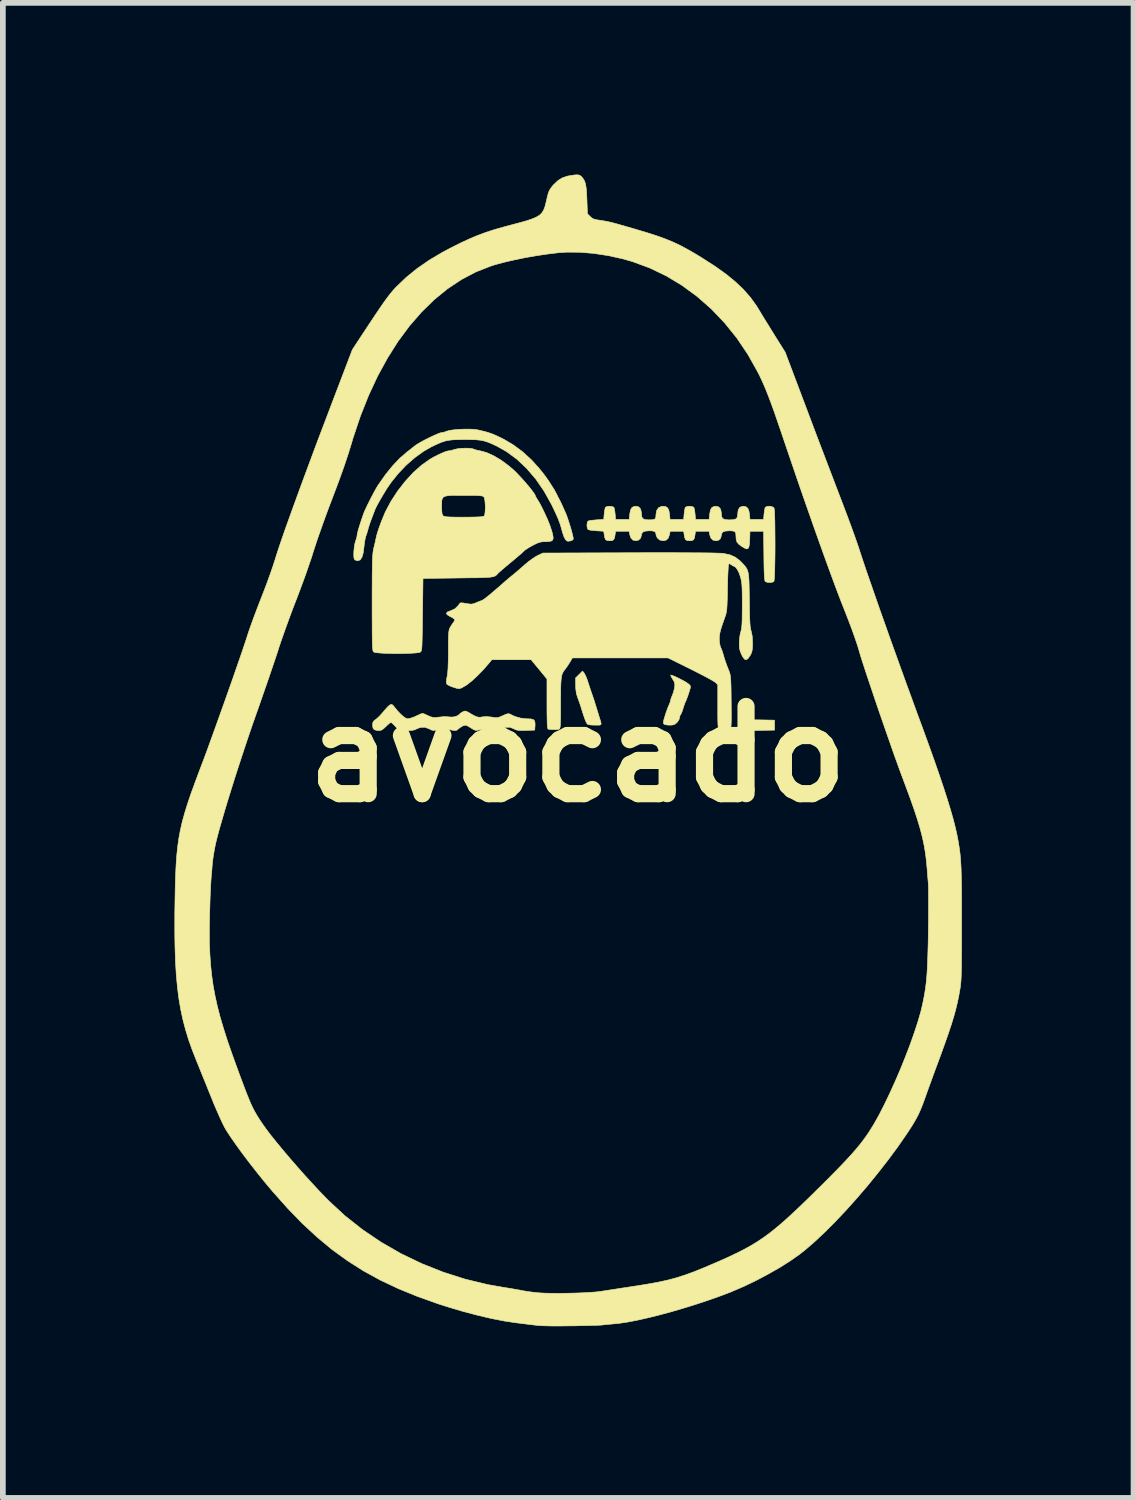
<source format=kicad_pcb>
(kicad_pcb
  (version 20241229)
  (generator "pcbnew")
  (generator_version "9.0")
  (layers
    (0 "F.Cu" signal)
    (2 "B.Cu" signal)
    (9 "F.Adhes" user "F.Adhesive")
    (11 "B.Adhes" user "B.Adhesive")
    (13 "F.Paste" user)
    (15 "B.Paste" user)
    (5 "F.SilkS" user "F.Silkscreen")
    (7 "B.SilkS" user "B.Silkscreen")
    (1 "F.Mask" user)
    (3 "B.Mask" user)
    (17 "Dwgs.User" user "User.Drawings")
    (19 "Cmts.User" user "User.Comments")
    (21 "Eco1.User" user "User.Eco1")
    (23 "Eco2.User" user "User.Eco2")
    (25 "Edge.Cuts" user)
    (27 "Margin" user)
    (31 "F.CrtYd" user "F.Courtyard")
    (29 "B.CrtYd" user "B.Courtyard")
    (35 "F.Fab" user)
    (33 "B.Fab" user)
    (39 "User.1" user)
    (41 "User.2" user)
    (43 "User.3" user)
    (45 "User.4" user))
  (footprint "avocado"
    (layer "F.Cu")
    (at 7.05 10.132)
    (property "Reference" "avocado" (at 0 0 0) (layer "F.SilkS") (effects (font (size 1.524 1.524) (thickness 0.3))))
    (attr through_hole)
    (fp_poly (pts (xy 3.158 -0.6) (xy 3.175 -0.6) (xy 3.437 -0.595) (xy 3.437 -0.421) (xy 3.172 -0.416) (xy 3.074 -0.415) (xy 3.003 -0.415) (xy 2.955 -0.416) (xy 2.924 -0.42) (xy 2.905 -0.426) (xy 2.895 -0.435) (xy 2.89 -0.443) (xy 2.875 -0.498) (xy 2.881 -0.553) (xy 2.893 -0.577) (xy 2.904 -0.587) (xy 2.921 -0.594) (xy 2.951 -0.599) (xy 2.997 -0.601) (xy 3.064 -0.601) (xy 3.158 -0.6)) (stroke (width 0.01) (type solid)) (fill yes) (layer "F.SilkS"))
    (fp_poly (pts (xy 0.109 -1.419) (xy 0.128 -1.386) (xy 0.151 -1.335) (xy 0.166 -1.292) (xy 0.188 -1.225) (xy 0.211 -1.154) (xy 0.223 -1.119) (xy 0.245 -1.054) (xy 0.263 -1.002) (xy 0.279 -0.956) (xy 0.294 -0.908) (xy 0.311 -0.854) (xy 0.332 -0.785) (xy 0.36 -0.695) (xy 0.373 -0.651) (xy 0.395 -0.583) (xy 0.406 -0.541) (xy 0.403 -0.518) (xy 0.385 -0.509) (xy 0.347 -0.508) (xy 0.297 -0.508) (xy 0.224 -0.511) (xy 0.179 -0.519) (xy 0.164 -0.528) (xy 0.146 -0.558) (xy 0.127 -0.602) (xy 0.104 -0.667) (xy 0.075 -0.756) (xy 0.071 -0.77) (xy 0.048 -0.844) (xy 0.023 -0.918) (xy 0.001 -0.978) (xy -0.005 -0.992) (xy -0.026 -1.062) (xy -0.037 -1.145) (xy -0.039 -1.202) (xy -0.04 -1.333) (xy 0.021 -1.393) (xy 0.081 -1.453) (xy 0.109 -1.419)) (stroke (width 0.01) (type solid)) (fill yes) (layer "F.SilkS"))
    (fp_poly (pts (xy 1.638 -1.381) (xy 1.673 -1.368) (xy 1.723 -1.346) (xy 1.78 -1.318) (xy 1.838 -1.288) (xy 1.889 -1.259) (xy 1.927 -1.233) (xy 1.93 -1.231) (xy 1.959 -1.205) (xy 1.968 -1.181) (xy 1.962 -1.146) (xy 1.958 -1.133) (xy 1.937 -1.065) (xy 1.914 -0.999) (xy 1.892 -0.942) (xy 1.876 -0.906) (xy 1.875 -0.905) (xy 1.864 -0.877) (xy 1.848 -0.83) (xy 1.836 -0.79) (xy 1.819 -0.74) (xy 1.803 -0.704) (xy 1.794 -0.69) (xy 1.782 -0.669) (xy 1.778 -0.641) (xy 1.766 -0.602) (xy 1.736 -0.559) (xy 1.732 -0.554) (xy 1.695 -0.524) (xy 1.656 -0.511) (xy 1.609 -0.508) (xy 1.558 -0.511) (xy 1.52 -0.519) (xy 1.509 -0.523) (xy 1.496 -0.538) (xy 1.495 -0.565) (xy 1.504 -0.606) (xy 1.533 -0.703) (xy 1.569 -0.805) (xy 1.596 -0.868) (xy 1.612 -0.908) (xy 1.62 -0.938) (xy 1.62 -0.939) (xy 1.626 -0.966) (xy 1.642 -1.008) (xy 1.651 -1.029) (xy 1.673 -1.09) (xy 1.689 -1.157) (xy 1.692 -1.172) (xy 1.695 -1.224) (xy 1.685 -1.264) (xy 1.66 -1.307) (xy 1.636 -1.346) (xy 1.623 -1.375) (xy 1.622 -1.382) (xy 1.638 -1.381)) (stroke (width 0.01) (type solid)) (fill yes) (layer "F.SilkS"))
    (fp_poly (pts (xy -3.243 -0.865) (xy -3.222 -0.844) (xy -3.198 -0.814) (xy -3.147 -0.752) (xy -3.093 -0.696) (xy -3.042 -0.652) (xy -2.999 -0.625) (xy -2.977 -0.619) (xy -2.93 -0.627) (xy -2.865 -0.65) (xy -2.789 -0.684) (xy -2.767 -0.695) (xy -2.734 -0.709) (xy -2.708 -0.712) (xy -2.674 -0.7) (xy -2.648 -0.687) (xy -2.584 -0.658) (xy -2.534 -0.643) (xy -2.487 -0.64) (xy -2.428 -0.648) (xy -2.418 -0.649) (xy -2.34 -0.657) (xy -2.269 -0.654) (xy -2.256 -0.652) (xy -2.195 -0.649) (xy -2.136 -0.659) (xy -2.089 -0.681) (xy -2.072 -0.698) (xy -2.052 -0.716) (xy -2.017 -0.738) (xy -2.014 -0.739) (xy -1.984 -0.753) (xy -1.959 -0.753) (xy -1.927 -0.739) (xy -1.9 -0.724) (xy -1.831 -0.683) (xy -1.78 -0.659) (xy -1.741 -0.647) (xy -1.706 -0.646) (xy -1.674 -0.652) (xy -1.596 -0.658) (xy -1.507 -0.649) (xy -1.449 -0.64) (xy -1.408 -0.639) (xy -1.37 -0.649) (xy -1.321 -0.67) (xy -1.31 -0.675) (xy -1.256 -0.699) (xy -1.22 -0.708) (xy -1.196 -0.705) (xy -1.188 -0.701) (xy -1.102 -0.66) (xy -1.001 -0.631) (xy -0.899 -0.619) (xy -0.887 -0.619) (xy -0.818 -0.616) (xy -0.776 -0.604) (xy -0.754 -0.577) (xy -0.748 -0.532) (xy -0.749 -0.497) (xy -0.754 -0.421) (xy -0.91 -0.416) (xy -0.986 -0.415) (xy -1.038 -0.417) (xy -1.075 -0.424) (xy -1.105 -0.436) (xy -1.118 -0.444) (xy -1.191 -0.472) (xy -1.267 -0.469) (xy -1.33 -0.442) (xy -1.363 -0.424) (xy -1.392 -0.416) (xy -1.428 -0.418) (xy -1.482 -0.428) (xy -1.544 -0.44) (xy -1.588 -0.445) (xy -1.627 -0.444) (xy -1.672 -0.436) (xy -1.71 -0.428) (xy -1.758 -0.418) (xy -1.792 -0.418) (xy -1.824 -0.431) (xy -1.867 -0.458) (xy -1.912 -0.486) (xy -1.949 -0.504) (xy -1.964 -0.508) (xy -2.007 -0.497) (xy -2.058 -0.467) (xy -2.092 -0.44) (xy -2.113 -0.422) (xy -2.135 -0.415) (xy -2.168 -0.416) (xy -2.22 -0.425) (xy -2.231 -0.427) (xy -2.302 -0.439) (xy -2.363 -0.439) (xy -2.434 -0.428) (xy -2.435 -0.428) (xy -2.492 -0.418) (xy -2.529 -0.416) (xy -2.559 -0.423) (xy -2.592 -0.44) (xy -2.595 -0.442) (xy -2.672 -0.471) (xy -2.75 -0.47) (xy -2.813 -0.445) (xy -2.85 -0.427) (xy -2.896 -0.417) (xy -2.959 -0.413) (xy -2.995 -0.413) (xy -3.125 -0.413) (xy -3.188 -0.484) (xy -3.224 -0.522) (xy -3.253 -0.548) (xy -3.268 -0.556) (xy -3.287 -0.545) (xy -3.32 -0.518) (xy -3.355 -0.484) (xy -3.401 -0.442) (xy -3.437 -0.42) (xy -3.473 -0.413) (xy -3.479 -0.413) (xy -3.525 -0.418) (xy -3.56 -0.43) (xy -3.56 -0.43) (xy -3.581 -0.458) (xy -3.588 -0.509) (xy -3.583 -0.555) (xy -3.565 -0.583) (xy -3.543 -0.6) (xy -3.508 -0.627) (xy -3.465 -0.668) (xy -3.43 -0.706) (xy -3.368 -0.779) (xy -3.323 -0.829) (xy -3.289 -0.859) (xy -3.264 -0.87) (xy -3.243 -0.865)) (stroke (width 0.01) (type solid)) (fill yes) (layer "F.SilkS"))
    (fp_poly (pts (xy -1.826 -5.679) (xy -1.763 -5.671) (xy -1.753 -5.669) (xy -1.653 -5.646) (xy -1.575 -5.625) (xy -1.509 -5.603) (xy -1.443 -5.576) (xy -1.369 -5.541) (xy -1.294 -5.504) (xy -1.128 -5.406) (xy -0.964 -5.284) (xy -0.81 -5.143) (xy -0.687 -5.007) (xy -0.63 -4.938) (xy -0.585 -4.88) (xy -0.546 -4.827) (xy -0.506 -4.769) (xy -0.461 -4.698) (xy -0.416 -4.628) (xy -0.397 -4.593) (xy -0.372 -4.547) (xy -0.365 -4.532) (xy -0.343 -4.488) (xy -0.324 -4.452) (xy -0.32 -4.445) (xy -0.306 -4.417) (xy -0.285 -4.373) (xy -0.274 -4.35) (xy -0.249 -4.293) (xy -0.224 -4.238) (xy -0.217 -4.223) (xy -0.196 -4.171) (xy -0.172 -4.102) (xy -0.147 -4.024) (xy -0.122 -3.943) (xy -0.102 -3.869) (xy -0.087 -3.808) (xy -0.08 -3.767) (xy -0.079 -3.762) (xy -0.093 -3.743) (xy -0.126 -3.729) (xy -0.165 -3.723) (xy -0.187 -3.725) (xy -0.215 -3.748) (xy -0.243 -3.801) (xy -0.271 -3.884) (xy -0.287 -3.945) (xy -0.31 -4.023) (xy -0.344 -4.114) (xy -0.392 -4.222) (xy -0.454 -4.352) (xy -0.461 -4.366) (xy -0.59 -4.597) (xy -0.734 -4.807) (xy -0.894 -4.994) (xy -1.066 -5.156) (xy -1.248 -5.29) (xy -1.405 -5.379) (xy -1.493 -5.421) (xy -1.567 -5.452) (xy -1.634 -5.474) (xy -1.703 -5.488) (xy -1.78 -5.496) (xy -1.875 -5.499) (xy -1.984 -5.5) (xy -2.096 -5.498) (xy -2.184 -5.495) (xy -2.255 -5.487) (xy -2.319 -5.474) (xy -2.383 -5.453) (xy -2.454 -5.423) (xy -2.541 -5.382) (xy -2.553 -5.377) (xy -2.701 -5.292) (xy -2.852 -5.182) (xy -3 -5.053) (xy -3.138 -4.908) (xy -3.262 -4.755) (xy -3.342 -4.638) (xy -3.396 -4.549) (xy -3.447 -4.463) (xy -3.491 -4.385) (xy -3.525 -4.321) (xy -3.545 -4.278) (xy -3.547 -4.273) (xy -3.564 -4.228) (xy -3.587 -4.167) (xy -3.611 -4.104) (xy -3.635 -4.039) (xy -3.655 -3.976) (xy -3.669 -3.929) (xy -3.685 -3.871) (xy -3.704 -3.815) (xy -3.706 -3.81) (xy -3.717 -3.768) (xy -3.728 -3.706) (xy -3.737 -3.636) (xy -3.739 -3.617) (xy -3.753 -3.513) (xy -3.775 -3.44) (xy -3.806 -3.396) (xy -3.847 -3.381) (xy -3.848 -3.381) (xy -3.886 -3.391) (xy -3.905 -3.405) (xy -3.914 -3.434) (xy -3.917 -3.485) (xy -3.915 -3.549) (xy -3.908 -3.618) (xy -3.897 -3.683) (xy -3.882 -3.734) (xy -3.88 -3.739) (xy -3.865 -3.786) (xy -3.858 -3.828) (xy -3.858 -3.831) (xy -3.852 -3.863) (xy -3.838 -3.92) (xy -3.815 -3.995) (xy -3.787 -4.082) (xy -3.755 -4.176) (xy -3.74 -4.218) (xy -3.72 -4.265) (xy -3.688 -4.333) (xy -3.649 -4.412) (xy -3.606 -4.497) (xy -3.563 -4.578) (xy -3.524 -4.648) (xy -3.493 -4.7) (xy -3.488 -4.707) (xy -3.362 -4.887) (xy -3.238 -5.04) (xy -3.115 -5.17) (xy -2.987 -5.281) (xy -2.983 -5.284) (xy -2.928 -5.327) (xy -2.877 -5.367) (xy -2.84 -5.396) (xy -2.836 -5.399) (xy -2.798 -5.424) (xy -2.741 -5.457) (xy -2.673 -5.494) (xy -2.6 -5.531) (xy -2.528 -5.565) (xy -2.464 -5.593) (xy -2.414 -5.613) (xy -2.387 -5.62) (xy -2.347 -5.626) (xy -2.299 -5.642) (xy -2.289 -5.646) (xy -2.243 -5.659) (xy -2.174 -5.669) (xy -2.089 -5.677) (xy -1.998 -5.681) (xy -1.907 -5.682) (xy -1.826 -5.679)) (stroke (width 0.01) (type solid)) (fill yes) (layer "F.SilkS"))
    (fp_poly (pts (xy -1.898 -5.347) (xy -1.845 -5.34) (xy -1.824 -5.333) (xy -1.79 -5.321) (xy -1.74 -5.308) (xy -1.709 -5.303) (xy -1.595 -5.272) (xy -1.471 -5.216) (xy -1.34 -5.138) (xy -1.207 -5.039) (xy -1.121 -4.966) (xy -1.074 -4.92) (xy -1.019 -4.862) (xy -0.959 -4.797) (xy -0.901 -4.73) (xy -0.846 -4.665) (xy -0.8 -4.607) (xy -0.766 -4.56) (xy -0.748 -4.531) (xy -0.746 -4.524) (xy -0.738 -4.504) (xy -0.717 -4.467) (xy -0.701 -4.442) (xy -0.671 -4.393) (xy -0.637 -4.329) (xy -0.595 -4.244) (xy -0.545 -4.135) (xy -0.531 -4.104) (xy -0.489 -4) (xy -0.454 -3.892) (xy -0.44 -3.839) (xy -0.431 -3.782) (xy -0.439 -3.745) (xy -0.467 -3.725) (xy -0.52 -3.716) (xy -0.566 -3.715) (xy -0.622 -3.713) (xy -0.669 -3.704) (xy -0.718 -3.686) (xy -0.78 -3.655) (xy -0.789 -3.65) (xy -0.849 -3.617) (xy -0.902 -3.583) (xy -0.938 -3.557) (xy -0.944 -3.551) (xy -0.96 -3.535) (xy -0.981 -3.515) (xy -1.011 -3.489) (xy -1.052 -3.454) (xy -1.108 -3.407) (xy -1.183 -3.344) (xy -1.254 -3.285) (xy -1.307 -3.24) (xy -1.351 -3.202) (xy -1.381 -3.176) (xy -1.389 -3.168) (xy -1.407 -3.148) (xy -1.423 -3.132) (xy -1.441 -3.118) (xy -1.463 -3.108) (xy -1.494 -3.1) (xy -1.535 -3.094) (xy -1.591 -3.09) (xy -1.664 -3.087) (xy -1.759 -3.084) (xy -1.877 -3.083) (xy -2.022 -3.081) (xy -2.093 -3.08) (xy -2.707 -3.072) (xy -2.715 -2.439) (xy -2.717 -2.281) (xy -2.719 -2.151) (xy -2.721 -2.047) (xy -2.723 -1.966) (xy -2.725 -1.904) (xy -2.728 -1.859) (xy -2.732 -1.828) (xy -2.737 -1.808) (xy -2.743 -1.795) (xy -2.75 -1.787) (xy -2.753 -1.785) (xy -2.78 -1.777) (xy -2.833 -1.77) (xy -2.907 -1.765) (xy -2.995 -1.762) (xy -3.093 -1.76) (xy -3.194 -1.76) (xy -3.294 -1.761) (xy -3.385 -1.764) (xy -3.464 -1.769) (xy -3.524 -1.775) (xy -3.56 -1.782) (xy -3.565 -1.785) (xy -3.572 -1.791) (xy -3.577 -1.799) (xy -3.582 -1.813) (xy -3.586 -1.836) (xy -3.589 -1.868) (xy -3.591 -1.914) (xy -3.593 -1.976) (xy -3.594 -2.056) (xy -3.595 -2.157) (xy -3.595 -2.281) (xy -3.596 -2.432) (xy -3.596 -2.611) (xy -3.596 -2.646) (xy -3.596 -2.835) (xy -3.595 -2.994) (xy -3.595 -3.128) (xy -3.593 -3.239) (xy -3.592 -3.329) (xy -3.59 -3.401) (xy -3.587 -3.459) (xy -3.583 -3.505) (xy -3.579 -3.542) (xy -3.574 -3.573) (xy -3.569 -3.596) (xy -3.552 -3.664) (xy -3.537 -3.732) (xy -3.527 -3.778) (xy -3.513 -3.837) (xy -3.496 -3.894) (xy -3.492 -3.905) (xy -3.476 -3.953) (xy -3.454 -4.013) (xy -3.442 -4.048) (xy -3.365 -4.235) (xy -3.316 -4.327) (xy -2.381 -4.327) (xy -2.379 -4.253) (xy -2.374 -4.205) (xy -2.362 -4.176) (xy -2.356 -4.168) (xy -2.344 -4.16) (xy -2.322 -4.153) (xy -2.288 -4.149) (xy -2.236 -4.146) (xy -2.163 -4.144) (xy -2.065 -4.143) (xy -1.994 -4.143) (xy -1.869 -4.144) (xy -1.773 -4.146) (xy -1.705 -4.149) (xy -1.661 -4.155) (xy -1.64 -4.161) (xy -1.638 -4.162) (xy -1.627 -4.19) (xy -1.621 -4.24) (xy -1.618 -4.302) (xy -1.619 -4.369) (xy -1.625 -4.431) (xy -1.634 -4.478) (xy -1.644 -4.499) (xy -1.657 -4.508) (xy -1.679 -4.514) (xy -1.714 -4.519) (xy -1.767 -4.522) (xy -1.841 -4.524) (xy -1.941 -4.524) (xy -1.993 -4.524) (xy -2.114 -4.524) (xy -2.207 -4.523) (xy -2.275 -4.518) (xy -2.323 -4.508) (xy -2.354 -4.491) (xy -2.371 -4.465) (xy -2.379 -4.428) (xy -2.381 -4.378) (xy -2.381 -4.327) (xy -3.316 -4.327) (xy -3.266 -4.421) (xy -3.15 -4.599) (xy -3.02 -4.766) (xy -2.881 -4.918) (xy -2.735 -5.049) (xy -2.586 -5.155) (xy -2.516 -5.195) (xy -2.416 -5.245) (xy -2.337 -5.28) (xy -2.281 -5.299) (xy -2.259 -5.302) (xy -2.224 -5.307) (xy -2.176 -5.32) (xy -2.159 -5.326) (xy -2.107 -5.338) (xy -2.039 -5.346) (xy -1.966 -5.349) (xy -1.898 -5.347)) (stroke (width 0.01) (type solid)) (fill yes) (layer "F.SilkS"))
    (fp_poly (pts (xy 3.389 -4.328) (xy 3.422 -4.311) (xy 3.428 -4.303) (xy 3.433 -4.279) (xy 3.437 -4.228) (xy 3.44 -4.154) (xy 3.443 -4.061) (xy 3.444 -3.955) (xy 3.445 -3.838) (xy 3.446 -3.715) (xy 3.446 -3.59) (xy 3.445 -3.467) (xy 3.443 -3.352) (xy 3.441 -3.247) (xy 3.438 -3.157) (xy 3.435 -3.086) (xy 3.43 -3.039) (xy 3.426 -3.019) (xy 3.395 -3.005) (xy 3.349 -3.001) (xy 3.304 -3.006) (xy 3.274 -3.02) (xy 3.272 -3.022) (xy 3.266 -3.046) (xy 3.261 -3.101) (xy 3.256 -3.188) (xy 3.253 -3.305) (xy 3.251 -3.453) (xy 3.251 -3.47) (xy 3.246 -3.897) (xy 3.008 -3.897) (xy 3.004 -3.778) (xy 3 -3.69) (xy 2.991 -3.63) (xy 2.976 -3.597) (xy 2.952 -3.588) (xy 2.916 -3.601) (xy 2.865 -3.632) (xy 2.857 -3.637) (xy 2.808 -3.674) (xy 2.78 -3.709) (xy 2.767 -3.753) (xy 2.763 -3.812) (xy 2.76 -3.86) (xy 2.746 -3.887) (xy 2.716 -3.901) (xy 2.662 -3.905) (xy 2.641 -3.905) (xy 2.572 -3.899) (xy 2.529 -3.881) (xy 2.51 -3.847) (xy 2.508 -3.826) (xy 2.495 -3.774) (xy 2.459 -3.74) (xy 2.415 -3.731) (xy 2.361 -3.742) (xy 2.325 -3.777) (xy 2.305 -3.834) (xy 2.293 -3.897) (xy 2.056 -3.897) (xy 2.047 -3.834) (xy 2.037 -3.778) (xy 2.019 -3.746) (xy 1.989 -3.733) (xy 1.953 -3.731) (xy 1.908 -3.735) (xy 1.881 -3.751) (xy 1.866 -3.788) (xy 1.858 -3.834) (xy 1.849 -3.897) (xy 1.613 -3.897) (xy 1.6 -3.834) (xy 1.579 -3.775) (xy 1.542 -3.741) (xy 1.487 -3.731) (xy 1.484 -3.731) (xy 1.431 -3.744) (xy 1.389 -3.78) (xy 1.367 -3.828) (xy 1.365 -3.845) (xy 1.359 -3.876) (xy 1.337 -3.895) (xy 1.293 -3.904) (xy 1.244 -3.905) (xy 1.175 -3.899) (xy 1.132 -3.88) (xy 1.113 -3.846) (xy 1.111 -3.828) (xy 1.097 -3.777) (xy 1.06 -3.742) (xy 1.014 -3.731) (xy 0.962 -3.743) (xy 0.927 -3.78) (xy 0.908 -3.834) (xy 0.896 -3.897) (xy 0.659 -3.897) (xy 0.65 -3.834) (xy 0.64 -3.778) (xy 0.622 -3.746) (xy 0.592 -3.733) (xy 0.556 -3.731) (xy 0.511 -3.735) (xy 0.484 -3.751) (xy 0.469 -3.788) (xy 0.461 -3.834) (xy 0.452 -3.897) (xy 0.325 -3.905) (xy 0.263 -3.911) (xy 0.212 -3.917) (xy 0.182 -3.924) (xy 0.179 -3.926) (xy 0.166 -3.949) (xy 0.159 -3.99) (xy 0.159 -4) (xy 0.163 -4.043) (xy 0.175 -4.072) (xy 0.179 -4.075) (xy 0.203 -4.082) (xy 0.25 -4.089) (xy 0.311 -4.095) (xy 0.325 -4.096) (xy 0.452 -4.104) (xy 0.46 -4.199) (xy 0.467 -4.253) (xy 0.475 -4.296) (xy 0.481 -4.314) (xy 0.504 -4.327) (xy 0.545 -4.334) (xy 0.556 -4.334) (xy 0.598 -4.329) (xy 0.627 -4.317) (xy 0.63 -4.314) (xy 0.638 -4.288) (xy 0.646 -4.242) (xy 0.651 -4.199) (xy 0.659 -4.104) (xy 0.897 -4.104) (xy 0.907 -4.198) (xy 0.92 -4.267) (xy 0.944 -4.31) (xy 0.981 -4.33) (xy 1.017 -4.334) (xy 1.066 -4.321) (xy 1.098 -4.282) (xy 1.111 -4.218) (xy 1.111 -4.202) (xy 1.117 -4.149) (xy 1.136 -4.117) (xy 1.176 -4.1) (xy 1.241 -4.096) (xy 1.244 -4.096) (xy 1.305 -4.098) (xy 1.342 -4.108) (xy 1.36 -4.131) (xy 1.365 -4.172) (xy 1.365 -4.19) (xy 1.377 -4.259) (xy 1.409 -4.307) (xy 1.46 -4.331) (xy 1.486 -4.334) (xy 1.538 -4.327) (xy 1.572 -4.301) (xy 1.592 -4.254) (xy 1.601 -4.198) (xy 1.611 -4.104) (xy 1.849 -4.104) (xy 1.857 -4.199) (xy 1.864 -4.253) (xy 1.872 -4.296) (xy 1.878 -4.314) (xy 1.901 -4.327) (xy 1.942 -4.334) (xy 1.953 -4.334) (xy 1.995 -4.329) (xy 2.024 -4.317) (xy 2.027 -4.314) (xy 2.035 -4.288) (xy 2.043 -4.242) (xy 2.048 -4.199) (xy 2.056 -4.104) (xy 2.294 -4.104) (xy 2.304 -4.198) (xy 2.317 -4.267) (xy 2.341 -4.31) (xy 2.378 -4.33) (xy 2.414 -4.334) (xy 2.463 -4.321) (xy 2.495 -4.282) (xy 2.508 -4.218) (xy 2.508 -4.202) (xy 2.513 -4.151) (xy 2.531 -4.119) (xy 2.568 -4.102) (xy 2.629 -4.096) (xy 2.651 -4.096) (xy 2.72 -4.099) (xy 2.763 -4.113) (xy 2.785 -4.14) (xy 2.794 -4.186) (xy 2.794 -4.205) (xy 2.803 -4.273) (xy 2.832 -4.316) (xy 2.88 -4.333) (xy 2.891 -4.334) (xy 2.939 -4.325) (xy 2.971 -4.297) (xy 2.991 -4.245) (xy 2.998 -4.198) (xy 3.008 -4.104) (xy 3.246 -4.104) (xy 3.254 -4.199) (xy 3.261 -4.253) (xy 3.269 -4.296) (xy 3.275 -4.314) (xy 3.302 -4.33) (xy 3.344 -4.335) (xy 3.389 -4.328)) (stroke (width 0.01) (type solid)) (fill yes) (layer "F.SilkS"))
    (fp_poly (pts (xy 1.693 -3.522) (xy 1.903 -3.521) (xy 2.084 -3.52) (xy 2.237 -3.519) (xy 2.361 -3.517) (xy 2.455 -3.514) (xy 2.518 -3.512) (xy 2.545 -3.509) (xy 2.658 -3.485) (xy 2.752 -3.443) (xy 2.836 -3.378) (xy 2.871 -3.343) (xy 2.904 -3.307) (xy 2.93 -3.276) (xy 2.95 -3.245) (xy 2.966 -3.21) (xy 2.977 -3.169) (xy 2.985 -3.115) (xy 2.99 -3.046) (xy 2.993 -2.958) (xy 2.995 -2.846) (xy 2.997 -2.707) (xy 2.997 -2.699) (xy 2.999 -2.557) (xy 3.001 -2.443) (xy 3.004 -2.353) (xy 3.008 -2.284) (xy 3.012 -2.231) (xy 3.019 -2.191) (xy 3.026 -2.159) (xy 3.029 -2.151) (xy 3.047 -2.065) (xy 3.053 -1.953) (xy 3.053 -1.933) (xy 3.051 -1.861) (xy 3.045 -1.809) (xy 3.033 -1.769) (xy 3.013 -1.729) (xy 3.009 -1.723) (xy 2.974 -1.672) (xy 2.942 -1.651) (xy 2.913 -1.661) (xy 2.882 -1.701) (xy 2.861 -1.742) (xy 2.838 -1.798) (xy 2.825 -1.848) (xy 2.821 -1.907) (xy 2.822 -1.955) (xy 2.826 -2.025) (xy 2.836 -2.094) (xy 2.849 -2.145) (xy 2.849 -2.145) (xy 2.857 -2.176) (xy 2.863 -2.216) (xy 2.868 -2.272) (xy 2.871 -2.346) (xy 2.872 -2.443) (xy 2.873 -2.566) (xy 2.873 -2.6) (xy 2.873 -2.726) (xy 2.872 -2.826) (xy 2.87 -2.903) (xy 2.866 -2.964) (xy 2.861 -3.013) (xy 2.853 -3.054) (xy 2.843 -3.094) (xy 2.843 -3.094) (xy 2.819 -3.165) (xy 2.789 -3.225) (xy 2.758 -3.267) (xy 2.729 -3.286) (xy 2.725 -3.286) (xy 2.702 -3.296) (xy 2.68 -3.313) (xy 2.651 -3.329) (xy 2.636 -3.325) (xy 2.632 -3.305) (xy 2.628 -3.259) (xy 2.624 -3.189) (xy 2.62 -3.101) (xy 2.617 -2.999) (xy 2.615 -2.905) (xy 2.613 -2.777) (xy 2.61 -2.677) (xy 2.607 -2.599) (xy 2.603 -2.539) (xy 2.597 -2.494) (xy 2.59 -2.457) (xy 2.581 -2.426) (xy 2.576 -2.413) (xy 2.538 -2.304) (xy 2.509 -2.22) (xy 2.49 -2.153) (xy 2.478 -2.099) (xy 2.472 -2.052) (xy 2.471 -2.007) (xy 2.471 -2.007) (xy 2.476 -1.944) (xy 2.488 -1.887) (xy 2.498 -1.862) (xy 2.519 -1.812) (xy 2.537 -1.756) (xy 2.538 -1.752) (xy 2.564 -1.663) (xy 2.6 -1.559) (xy 2.642 -1.453) (xy 2.642 -1.453) (xy 2.651 -1.427) (xy 2.659 -1.401) (xy 2.665 -1.368) (xy 2.67 -1.326) (xy 2.673 -1.271) (xy 2.676 -1.198) (xy 2.678 -1.103) (xy 2.679 -0.982) (xy 2.68 -0.914) (xy 2.681 -0.776) (xy 2.682 -0.667) (xy 2.681 -0.583) (xy 2.679 -0.522) (xy 2.676 -0.48) (xy 2.671 -0.455) (xy 2.665 -0.443) (xy 2.664 -0.442) (xy 2.635 -0.434) (xy 2.586 -0.43) (xy 2.533 -0.43) (xy 2.487 -0.434) (xy 2.47 -0.438) (xy 2.462 -0.445) (xy 2.456 -0.459) (xy 2.451 -0.486) (xy 2.448 -0.528) (xy 2.446 -0.59) (xy 2.445 -0.674) (xy 2.445 -0.786) (xy 2.445 -0.832) (xy 2.445 -1.216) (xy 2.401 -1.257) (xy 2.375 -1.274) (xy 2.326 -1.303) (xy 2.255 -1.342) (xy 2.169 -1.387) (xy 2.072 -1.437) (xy 1.967 -1.49) (xy 1.577 -1.683) (xy -0.096 -1.683) (xy -0.139 -1.609) (xy -0.172 -1.557) (xy -0.205 -1.509) (xy -0.218 -1.491) (xy -0.242 -1.461) (xy -0.26 -1.432) (xy -0.275 -1.4) (xy -0.285 -1.36) (xy -0.292 -1.309) (xy -0.297 -1.243) (xy -0.3 -1.158) (xy -0.301 -1.05) (xy -0.302 -0.914) (xy -0.302 -0.891) (xy -0.302 -0.76) (xy -0.302 -0.656) (xy -0.304 -0.578) (xy -0.306 -0.521) (xy -0.309 -0.482) (xy -0.314 -0.457) (xy -0.32 -0.444) (xy -0.327 -0.438) (xy -0.36 -0.432) (xy -0.41 -0.43) (xy -0.464 -0.431) (xy -0.507 -0.436) (xy -0.52 -0.439) (xy -0.526 -0.449) (xy -0.531 -0.475) (xy -0.535 -0.521) (xy -0.537 -0.588) (xy -0.539 -0.68) (xy -0.54 -0.799) (xy -0.54 -0.881) (xy -0.54 -1.315) (xy -0.678 -1.483) (xy -0.817 -1.651) (xy -1.505 -1.651) (xy -1.547 -1.599) (xy -1.652 -1.478) (xy -1.756 -1.371) (xy -1.855 -1.28) (xy -1.946 -1.209) (xy -2.021 -1.165) (xy -2.053 -1.151) (xy -2.081 -1.146) (xy -2.114 -1.151) (xy -2.163 -1.166) (xy -2.178 -1.171) (xy -2.232 -1.191) (xy -2.273 -1.212) (xy -2.293 -1.228) (xy -2.299 -1.263) (xy -2.292 -1.326) (xy -2.286 -1.352) (xy -2.277 -1.41) (xy -2.27 -1.492) (xy -2.266 -1.601) (xy -2.263 -1.738) (xy -2.263 -1.81) (xy -2.263 -1.925) (xy -2.262 -2.014) (xy -2.26 -2.08) (xy -2.257 -2.128) (xy -2.252 -2.162) (xy -2.246 -2.188) (xy -2.236 -2.209) (xy -2.224 -2.23) (xy -2.224 -2.23) (xy -2.196 -2.275) (xy -2.17 -2.311) (xy -2.163 -2.32) (xy -2.151 -2.342) (xy -2.159 -2.362) (xy -2.19 -2.385) (xy -2.238 -2.41) (xy -2.284 -2.438) (xy -2.298 -2.463) (xy -2.28 -2.486) (xy -2.23 -2.505) (xy -2.23 -2.505) (xy -2.148 -2.542) (xy -2.086 -2.603) (xy -2.072 -2.625) (xy -2.06 -2.64) (xy -2.042 -2.646) (xy -2.009 -2.644) (xy -1.953 -2.634) (xy -1.952 -2.634) (xy -1.894 -2.625) (xy -1.853 -2.624) (xy -1.817 -2.632) (xy -1.775 -2.649) (xy -1.729 -2.668) (xy -1.695 -2.681) (xy -1.685 -2.683) (xy -1.663 -2.694) (xy -1.62 -2.724) (xy -1.557 -2.774) (xy -1.478 -2.84) (xy -1.383 -2.922) (xy -1.302 -2.993) (xy -1.25 -3.039) (xy -1.188 -3.091) (xy -1.143 -3.127) (xy -1.092 -3.169) (xy -1.028 -3.224) (xy -0.961 -3.282) (xy -0.928 -3.312) (xy -0.863 -3.366) (xy -0.795 -3.416) (xy -0.733 -3.456) (xy -0.705 -3.472) (xy -0.611 -3.516) (xy 0.905 -3.521) (xy 1.194 -3.522) (xy 1.457 -3.522) (xy 1.693 -3.522)) (stroke (width 0.01) (type solid)) (fill yes) (layer "F.SilkS"))
    (fp_poly (pts (xy 0.02 -10.123) (xy 0.045 -10.11) (xy 0.065 -10.093) (xy 0.094 -10.057) (xy 0.117 -10.018) (xy 0.133 -9.969) (xy 0.144 -9.905) (xy 0.152 -9.821) (xy 0.157 -9.712) (xy 0.158 -9.696) (xy 0.167 -9.446) (xy 0.216 -9.397) (xy 0.247 -9.37) (xy 0.283 -9.352) (xy 0.333 -9.34) (xy 0.382 -9.333) (xy 0.432 -9.325) (xy 0.48 -9.317) (xy 0.531 -9.307) (xy 0.588 -9.294) (xy 0.656 -9.276) (xy 0.738 -9.253) (xy 0.84 -9.224) (xy 0.965 -9.188) (xy 1.072 -9.156) (xy 1.248 -9.103) (xy 1.401 -9.053) (xy 1.535 -9.004) (xy 1.659 -8.953) (xy 1.779 -8.897) (xy 1.901 -8.832) (xy 2.033 -8.757) (xy 2.181 -8.667) (xy 2.194 -8.658) (xy 2.409 -8.52) (xy 2.595 -8.386) (xy 2.756 -8.254) (xy 2.894 -8.122) (xy 3.013 -7.987) (xy 3.115 -7.846) (xy 3.158 -7.778) (xy 3.206 -7.698) (xy 3.265 -7.601) (xy 3.331 -7.495) (xy 3.397 -7.388) (xy 3.449 -7.304) (xy 3.623 -7.027) (xy 4.001 -6.026) (xy 4.073 -5.834) (xy 4.148 -5.635) (xy 4.225 -5.432) (xy 4.302 -5.231) (xy 4.376 -5.036) (xy 4.446 -4.853) (xy 4.51 -4.685) (xy 4.566 -4.538) (xy 4.608 -4.429) (xy 4.663 -4.284) (xy 4.719 -4.136) (xy 4.773 -3.99) (xy 4.823 -3.852) (xy 4.867 -3.727) (xy 4.904 -3.62) (xy 4.93 -3.54) (xy 4.957 -3.457) (xy 4.994 -3.346) (xy 5.039 -3.212) (xy 5.093 -3.057) (xy 5.153 -2.884) (xy 5.218 -2.696) (xy 5.288 -2.496) (xy 5.362 -2.288) (xy 5.438 -2.073) (xy 5.516 -1.856) (xy 5.594 -1.639) (xy 5.671 -1.425) (xy 5.746 -1.217) (xy 5.819 -1.018) (xy 5.887 -0.831) (xy 5.921 -0.738) (xy 6.038 -0.42) (xy 6.144 -0.129) (xy 6.238 0.135) (xy 6.321 0.375) (xy 6.394 0.592) (xy 6.457 0.787) (xy 6.51 0.961) (xy 6.555 1.117) (xy 6.591 1.256) (xy 6.62 1.379) (xy 6.633 1.445) (xy 6.648 1.524) (xy 6.66 1.598) (xy 6.671 1.67) (xy 6.68 1.743) (xy 6.687 1.821) (xy 6.693 1.906) (xy 6.698 2.002) (xy 6.701 2.111) (xy 6.704 2.236) (xy 6.706 2.382) (xy 6.707 2.55) (xy 6.707 2.743) (xy 6.707 2.953) (xy 6.707 3.158) (xy 6.707 3.335) (xy 6.706 3.485) (xy 6.705 3.612) (xy 6.704 3.718) (xy 6.702 3.807) (xy 6.7 3.88) (xy 6.697 3.941) (xy 6.693 3.992) (xy 6.688 4.036) (xy 6.683 4.077) (xy 6.679 4.102) (xy 6.658 4.221) (xy 6.634 4.338) (xy 6.605 4.458) (xy 6.57 4.585) (xy 6.528 4.723) (xy 6.477 4.876) (xy 6.417 5.047) (xy 6.347 5.242) (xy 6.307 5.35) (xy 6.261 5.474) (xy 6.213 5.603) (xy 6.167 5.731) (xy 6.124 5.848) (xy 6.088 5.949) (xy 6.07 6.001) (xy 6.028 6.116) (xy 5.989 6.213) (xy 5.95 6.3) (xy 5.905 6.385) (xy 5.852 6.475) (xy 5.786 6.578) (xy 5.743 6.643) (xy 5.589 6.865) (xy 5.422 7.091) (xy 5.245 7.318) (xy 5.062 7.543) (xy 4.874 7.762) (xy 4.686 7.972) (xy 4.499 8.17) (xy 4.317 8.352) (xy 4.143 8.516) (xy 3.979 8.658) (xy 3.869 8.745) (xy 3.709 8.857) (xy 3.526 8.973) (xy 3.325 9.087) (xy 3.116 9.198) (xy 2.904 9.3) (xy 2.696 9.389) (xy 2.674 9.399) (xy 2.483 9.471) (xy 2.28 9.543) (xy 2.069 9.613) (xy 1.853 9.68) (xy 1.639 9.743) (xy 1.428 9.8) (xy 1.227 9.85) (xy 1.04 9.892) (xy 0.87 9.925) (xy 0.722 9.947) (xy 0.643 9.955) (xy 0.565 9.962) (xy 0.496 9.968) (xy 0.444 9.974) (xy 0.416 9.977) (xy 0.392 9.979) (xy 0.34 9.981) (xy 0.264 9.983) (xy 0.17 9.986) (xy 0.061 9.988) (xy -0.058 9.991) (xy -0.1 9.991) (xy -0.269 9.993) (xy -0.41 9.994) (xy -0.528 9.992) (xy -0.625 9.989) (xy -0.707 9.983) (xy -0.754 9.978) (xy -0.847 9.966) (xy -0.948 9.954) (xy -1.042 9.942) (xy -1.079 9.938) (xy -1.284 9.907) (xy -1.51 9.863) (xy -1.753 9.806) (xy -2.007 9.739) (xy -2.267 9.662) (xy -2.445 9.605) (xy -2.804 9.477) (xy -3.139 9.34) (xy -3.452 9.192) (xy -3.746 9.031) (xy -4.026 8.853) (xy -4.296 8.658) (xy -4.557 8.441) (xy -4.816 8.201) (xy -5.073 7.936) (xy -5.335 7.642) (xy -5.36 7.612) (xy -5.49 7.457) (xy -5.619 7.296) (xy -5.744 7.136) (xy -5.863 6.979) (xy -5.97 6.831) (xy -6.064 6.697) (xy -6.141 6.579) (xy -6.159 6.549) (xy -6.186 6.499) (xy -6.222 6.425) (xy -6.265 6.332) (xy -6.312 6.225) (xy -6.361 6.111) (xy -6.402 6.009) (xy -6.453 5.884) (xy -6.505 5.753) (xy -6.558 5.624) (xy -6.606 5.505) (xy -6.648 5.401) (xy -6.672 5.342) (xy -6.742 5.163) (xy -6.804 4.989) (xy -6.857 4.815) (xy -6.903 4.64) (xy -6.942 4.459) (xy -6.974 4.27) (xy -6.999 4.071) (xy -7.019 3.857) (xy -7.033 3.626) (xy -7.041 3.375) (xy -7.044 3.211) (xy -6.441 3.211) (xy -6.44 3.3) (xy -6.44 3.31) (xy -6.431 3.507) (xy -6.418 3.693) (xy -6.399 3.872) (xy -6.374 4.049) (xy -6.341 4.226) (xy -6.301 4.407) (xy -6.252 4.596) (xy -6.192 4.798) (xy -6.123 5.014) (xy -6.041 5.25) (xy -5.947 5.51) (xy -5.895 5.651) (xy -5.84 5.797) (xy -5.794 5.918) (xy -5.754 6.017) (xy -5.719 6.101) (xy -5.686 6.172) (xy -5.653 6.236) (xy -5.619 6.296) (xy -5.581 6.358) (xy -5.536 6.426) (xy -5.507 6.469) (xy -5.443 6.559) (xy -5.36 6.668) (xy -5.261 6.791) (xy -5.149 6.926) (xy -5.028 7.069) (xy -4.901 7.215) (xy -4.772 7.361) (xy -4.642 7.503) (xy -4.517 7.638) (xy -4.398 7.761) (xy -4.358 7.802) (xy -4.073 8.066) (xy -3.765 8.309) (xy -3.438 8.53) (xy -3.092 8.729) (xy -2.73 8.903) (xy -2.355 9.052) (xy -1.97 9.175) (xy -1.575 9.27) (xy -1.302 9.318) (xy -1.208 9.333) (xy -1.113 9.349) (xy -1.027 9.364) (xy -0.96 9.377) (xy -0.886 9.39) (xy -0.795 9.402) (xy -0.703 9.412) (xy -0.667 9.415) (xy -0.57 9.42) (xy -0.452 9.422) (xy -0.321 9.423) (xy -0.182 9.421) (xy -0.042 9.418) (xy 0.091 9.413) (xy 0.212 9.406) (xy 0.314 9.399) (xy 0.381 9.391) (xy 0.463 9.379) (xy 0.545 9.366) (xy 0.615 9.356) (xy 0.643 9.351) (xy 0.689 9.344) (xy 0.759 9.333) (xy 0.847 9.32) (xy 0.947 9.304) (xy 1.05 9.289) (xy 1.054 9.288) (xy 1.25 9.256) (xy 1.422 9.224) (xy 1.577 9.19) (xy 1.724 9.15) (xy 1.869 9.104) (xy 2.021 9.049) (xy 2.187 8.982) (xy 2.31 8.93) (xy 2.482 8.856) (xy 2.636 8.787) (xy 2.776 8.72) (xy 2.905 8.655) (xy 3.024 8.589) (xy 3.139 8.519) (xy 3.25 8.444) (xy 3.362 8.362) (xy 3.476 8.27) (xy 3.597 8.167) (xy 3.726 8.05) (xy 3.868 7.917) (xy 4.023 7.767) (xy 4.197 7.596) (xy 4.287 7.507) (xy 4.438 7.356) (xy 4.567 7.224) (xy 4.679 7.107) (xy 4.775 7.003) (xy 4.858 6.908) (xy 4.931 6.82) (xy 4.996 6.735) (xy 5.056 6.651) (xy 5.088 6.604) (xy 5.172 6.469) (xy 5.262 6.309) (xy 5.355 6.127) (xy 5.45 5.929) (xy 5.545 5.72) (xy 5.638 5.504) (xy 5.726 5.286) (xy 5.808 5.072) (xy 5.881 4.865) (xy 5.944 4.672) (xy 5.995 4.496) (xy 6.022 4.381) (xy 6.043 4.281) (xy 6.061 4.185) (xy 6.076 4.088) (xy 6.089 3.986) (xy 6.099 3.877) (xy 6.107 3.755) (xy 6.113 3.616) (xy 6.118 3.458) (xy 6.123 3.275) (xy 6.126 3.08) (xy 6.128 2.929) (xy 6.129 2.784) (xy 6.129 2.648) (xy 6.129 2.526) (xy 6.129 2.421) (xy 6.128 2.338) (xy 6.126 2.28) (xy 6.125 2.262) (xy 6.118 2.18) (xy 6.11 2.087) (xy 6.104 2.001) (xy 6.104 2) (xy 6.091 1.861) (xy 6.074 1.725) (xy 6.051 1.59) (xy 6.021 1.45) (xy 5.983 1.303) (xy 5.936 1.145) (xy 5.879 0.971) (xy 5.811 0.778) (xy 5.731 0.561) (xy 5.698 0.473) (xy 5.659 0.369) (xy 5.613 0.244) (xy 5.561 0.1) (xy 5.504 -0.059) (xy 5.445 -0.229) (xy 5.383 -0.406) (xy 5.32 -0.588) (xy 5.257 -0.77) (xy 5.196 -0.949) (xy 5.138 -1.122) (xy 5.083 -1.285) (xy 5.033 -1.435) (xy 4.99 -1.567) (xy 4.954 -1.679) (xy 4.927 -1.767) (xy 4.915 -1.81) (xy 4.885 -1.909) (xy 4.843 -2.032) (xy 4.793 -2.174) (xy 4.734 -2.33) (xy 4.67 -2.494) (xy 4.652 -2.54) (xy 4.598 -2.677) (xy 4.535 -2.841) (xy 4.465 -3.029) (xy 4.388 -3.239) (xy 4.305 -3.467) (xy 4.218 -3.71) (xy 4.127 -3.966) (xy 4.034 -4.231) (xy 3.939 -4.502) (xy 3.844 -4.777) (xy 3.75 -5.052) (xy 3.657 -5.325) (xy 3.619 -5.437) (xy 3.548 -5.647) (xy 3.485 -5.83) (xy 3.43 -5.99) (xy 3.38 -6.128) (xy 3.334 -6.249) (xy 3.292 -6.356) (xy 3.251 -6.453) (xy 3.212 -6.541) (xy 3.172 -6.625) (xy 3.142 -6.684) (xy 2.97 -6.99) (xy 2.777 -7.276) (xy 2.564 -7.54) (xy 2.333 -7.782) (xy 2.085 -8) (xy 1.822 -8.193) (xy 1.545 -8.36) (xy 1.255 -8.499) (xy 0.954 -8.61) (xy 0.778 -8.66) (xy 0.527 -8.715) (xy 0.277 -8.753) (xy 0.035 -8.773) (xy -0.193 -8.775) (xy -0.34 -8.765) (xy -0.529 -8.742) (xy -0.727 -8.713) (xy -0.925 -8.678) (xy -1.117 -8.638) (xy -1.295 -8.597) (xy -1.453 -8.554) (xy -1.524 -8.531) (xy -1.784 -8.429) (xy -2.036 -8.296) (xy -2.278 -8.135) (xy -2.511 -7.945) (xy -2.732 -7.729) (xy -2.943 -7.486) (xy -3.142 -7.218) (xy -3.327 -6.925) (xy -3.5 -6.609) (xy -3.658 -6.27) (xy -3.801 -5.91) (xy -3.929 -5.528) (xy -3.96 -5.423) (xy -4.018 -5.236) (xy -4.09 -5.021) (xy -4.176 -4.781) (xy -4.276 -4.516) (xy -4.293 -4.471) (xy -4.349 -4.324) (xy -4.406 -4.171) (xy -4.461 -4.018) (xy -4.513 -3.871) (xy -4.56 -3.737) (xy -4.598 -3.62) (xy -4.624 -3.54) (xy -4.656 -3.437) (xy -4.699 -3.312) (xy -4.747 -3.172) (xy -4.801 -3.023) (xy -4.856 -2.874) (xy -4.91 -2.731) (xy -4.926 -2.691) (xy -4.98 -2.551) (xy -5.036 -2.401) (xy -5.091 -2.25) (xy -5.143 -2.105) (xy -5.189 -1.973) (xy -5.227 -1.861) (xy -5.235 -1.834) (xy -5.263 -1.747) (xy -5.3 -1.636) (xy -5.345 -1.504) (xy -5.395 -1.356) (xy -5.45 -1.197) (xy -5.508 -1.031) (xy -5.566 -0.863) (xy -5.624 -0.699) (xy -5.697 -0.491) (xy -5.77 -0.276) (xy -5.843 -0.057) (xy -5.915 0.162) (xy -5.985 0.378) (xy -6.051 0.589) (xy -6.114 0.791) (xy -6.171 0.98) (xy -6.222 1.155) (xy -6.267 1.311) (xy -6.303 1.446) (xy -6.33 1.556) (xy -6.342 1.612) (xy -6.359 1.702) (xy -6.374 1.795) (xy -6.385 1.877) (xy -6.391 1.937) (xy -6.396 2.006) (xy -6.401 2.071) (xy -6.406 2.119) (xy -6.412 2.194) (xy -6.418 2.294) (xy -6.424 2.414) (xy -6.429 2.548) (xy -6.433 2.689) (xy -6.437 2.832) (xy -6.44 2.971) (xy -6.441 3.099) (xy -6.441 3.211) (xy -7.044 3.211) (xy -7.045 3.101) (xy -7.045 2.8) (xy -7.041 2.54) (xy -7.037 2.313) (xy -7.031 2.11) (xy -7.022 1.929) (xy -7.01 1.763) (xy -6.994 1.609) (xy -6.973 1.463) (xy -6.946 1.319) (xy -6.913 1.175) (xy -6.871 1.025) (xy -6.822 0.866) (xy -6.763 0.692) (xy -6.693 0.5) (xy -6.613 0.285) (xy -6.568 0.167) (xy -6.527 0.059) (xy -6.479 -0.071) (xy -6.425 -0.22) (xy -6.366 -0.383) (xy -6.303 -0.558) (xy -6.238 -0.74) (xy -6.172 -0.925) (xy -6.106 -1.111) (xy -6.042 -1.292) (xy -5.982 -1.466) (xy -5.925 -1.629) (xy -5.874 -1.776) (xy -5.831 -1.905) (xy -5.795 -2.011) (xy -5.771 -2.088) (xy -5.744 -2.168) (xy -5.708 -2.271) (xy -5.665 -2.389) (xy -5.617 -2.516) (xy -5.568 -2.645) (xy -5.525 -2.754) (xy -5.476 -2.881) (xy -5.426 -3.013) (xy -5.379 -3.144) (xy -5.336 -3.267) (xy -5.301 -3.373) (xy -5.279 -3.445) (xy -5.253 -3.526) (xy -5.217 -3.636) (xy -5.171 -3.771) (xy -5.116 -3.929) (xy -5.051 -4.11) (xy -4.979 -4.311) (xy -4.899 -4.53) (xy -4.813 -4.765) (xy -4.72 -5.015) (xy -4.623 -5.277) (xy -4.521 -5.549) (xy -4.414 -5.83) (xy -4.305 -6.118) (xy -4.274 -6.199) (xy -3.941 -7.072) (xy -3.628 -7.547) (xy -3.534 -7.688) (xy -3.455 -7.805) (xy -3.388 -7.902) (xy -3.33 -7.981) (xy -3.279 -8.048) (xy -3.232 -8.104) (xy -3.188 -8.153) (xy -3.177 -8.164) (xy -3.001 -8.333) (xy -2.808 -8.49) (xy -2.596 -8.636) (xy -2.36 -8.776) (xy -2.212 -8.854) (xy -2.044 -8.938) (xy -1.893 -9.008) (xy -1.75 -9.068) (xy -1.607 -9.121) (xy -1.455 -9.17) (xy -1.286 -9.218) (xy -1.148 -9.255) (xy -1.004 -9.293) (xy -0.887 -9.326) (xy -0.795 -9.358) (xy -0.723 -9.389) (xy -0.669 -9.422) (xy -0.629 -9.461) (xy -0.6 -9.507) (xy -0.578 -9.562) (xy -0.56 -9.63) (xy -0.548 -9.68) (xy -0.529 -9.764) (xy -0.51 -9.826) (xy -0.486 -9.874) (xy -0.454 -9.919) (xy -0.425 -9.953) (xy -0.348 -10.026) (xy -0.27 -10.074) (xy -0.182 -10.104) (xy -0.142 -10.111) (xy -0.066 -10.123) (xy -0.015 -10.127) (xy 0.02 -10.123)) (stroke (width 0.01) (type solid)) (fill yes) (layer "F.SilkS")))
  (gr_rect
    (start -3 -3)
    (end 16.762 23.13)
    (stroke (width 0.1) (type default))
    (fill no)
    (layer "Edge.Cuts")))
</source>
